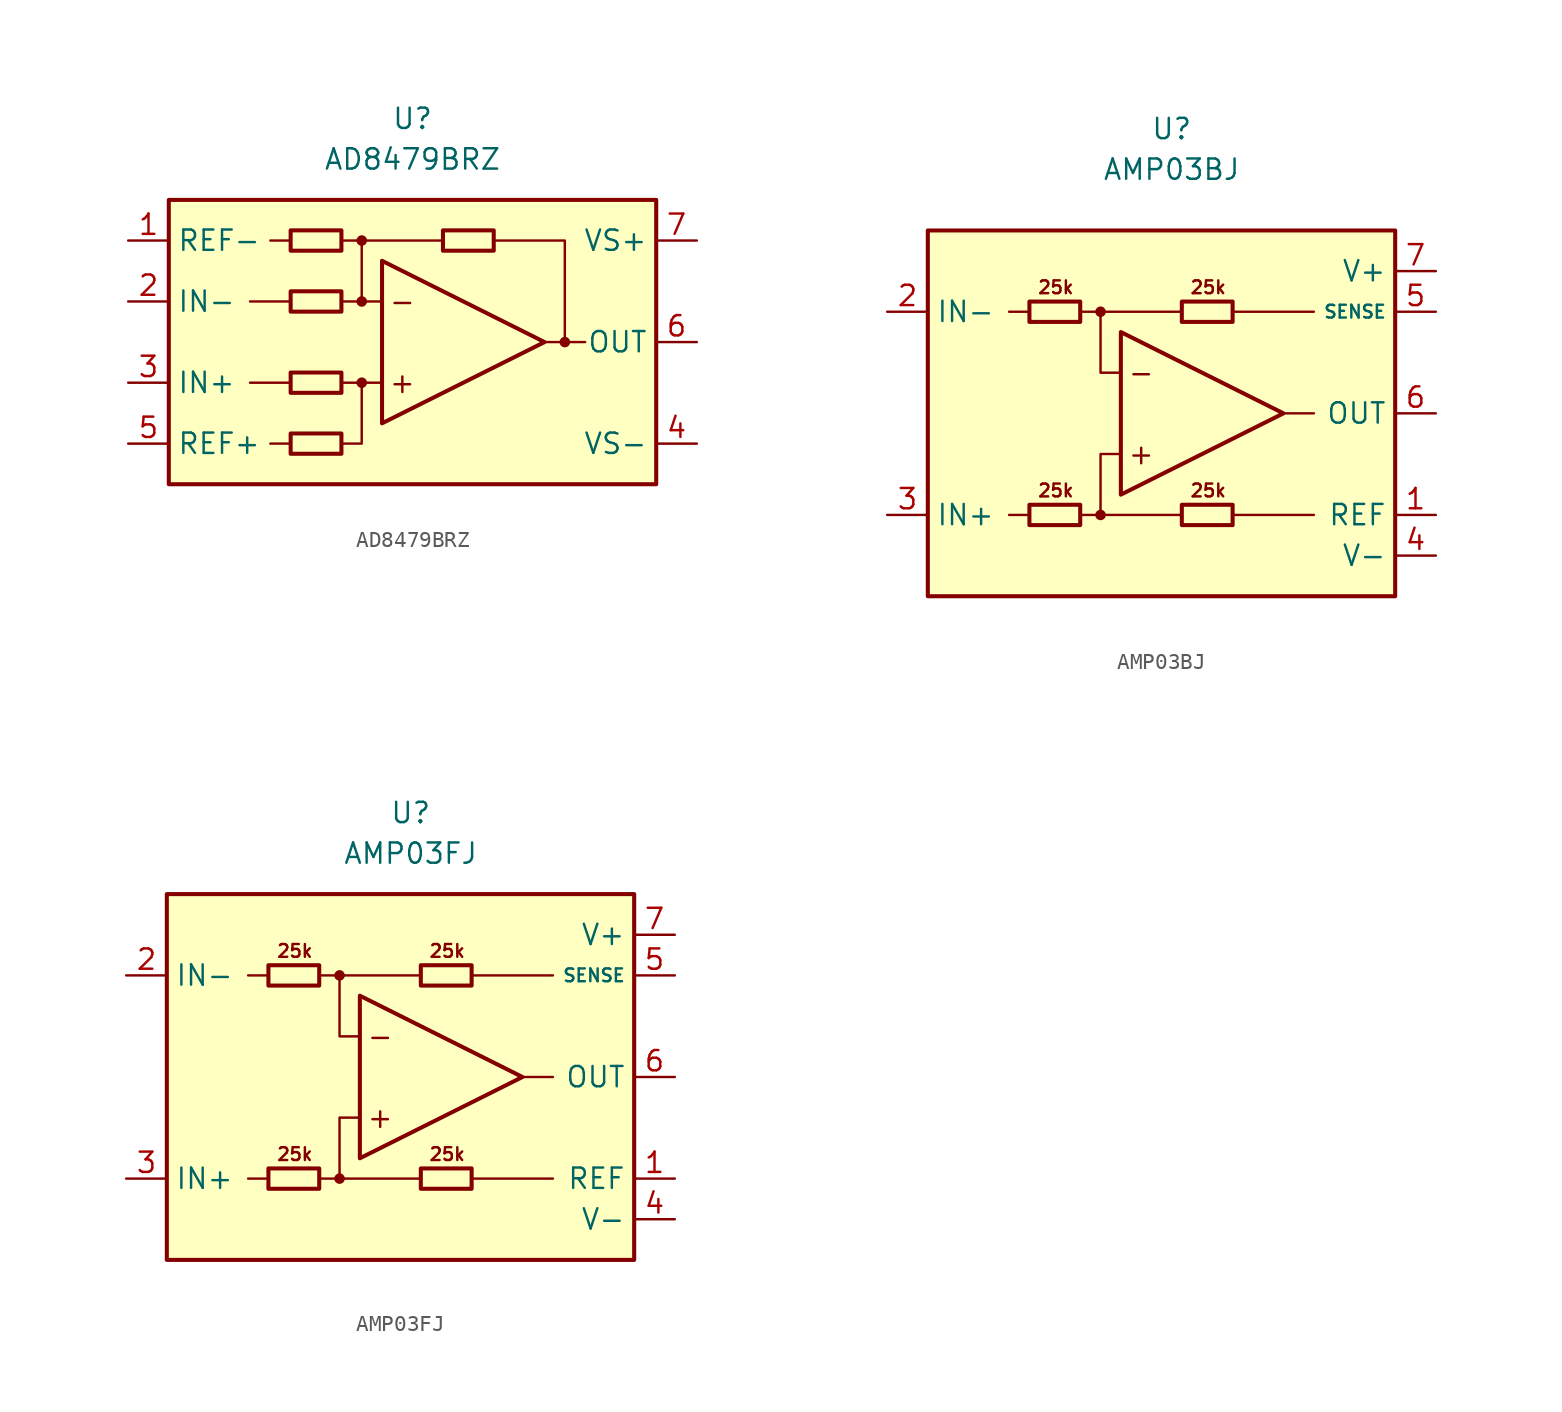
<source format=kicad_sym>
(kicad_symbol_lib
  (version 20211014)
  (generator kicad_symbol_editor)
  (symbol "AD8479BRZ"
    (property "Reference" "U"
      (at 0 13.97 0)
      (effects (font (size 1.27 1.27))))
    (property "Value" "AD8479BRZ"
      (at 0 11.43 0)
      (effects (font (size 1.27 1.27))))
    (symbol "AD8479BRZ_0_0"
      (rectangle (start -15.24 8.89) (end 15.24 -8.89) (stroke (width 0.254) (type default) (color 0 0 0 0)) (fill (type background)))
      (circle (center -3.175 -2.54) (radius 0.254) (stroke (width 0.152) (type default) (color 0 0 0 0)) (fill (type outline)))
      (circle (center -3.175 2.54) (radius 0.254) (stroke (width 0.152) (type default) (color 0 0 0 0)) (fill (type outline)))
      (circle (center -3.175 6.35) (radius 0.254) (stroke (width 0.152) (type default) (color 0 0 0 0)) (fill (type outline)))
      (polyline (pts (xy -7.62 -6.35) (xy -8.89 -6.35)) (stroke (width 0.152) (type default) (color 0 0 0 0)) (fill (type none)))
      (polyline (pts (xy -7.62 -2.54) (xy -10.16 -2.54)) (stroke (width 0.152) (type default) (color 0 0 0 0)) (fill (type none)))
      (polyline (pts (xy -7.62 2.54) (xy -10.16 2.54)) (stroke (width 0.152) (type default) (color 0 0 0 0)) (fill (type none)))
      (polyline (pts (xy -7.62 6.35) (xy -8.89 6.35)) (stroke (width 0.152) (type default) (color 0 0 0 0)) (fill (type none)))
      (polyline (pts (xy -4.445 6.35) (xy 1.905 6.35)) (stroke (width 0.152) (type default) (color 0 0 0 0)) (fill (type none)))
      (polyline (pts (xy -3.175 2.54) (xy -3.175 6.35)) (stroke (width 0.152) (type default) (color 0 0 0 0)) (fill (type none)))
      (polyline (pts (xy -1.905 -2.54) (xy -4.445 -2.54)) (stroke (width 0.152) (type default) (color 0 0 0 0)) (fill (type none)))
      (polyline (pts (xy -1.905 2.54) (xy -4.445 2.54)) (stroke (width 0.152) (type default) (color 0 0 0 0)) (fill (type none)))
      (polyline (pts (xy 9.525 0) (xy 10.795 0)) (stroke (width 0.152) (type default) (color 0 0 0 0)) (fill (type none)))
      (polyline (pts (xy -4.445 -6.35) (xy -3.175 -6.35) (xy -3.175 -2.54)) (stroke (width 0.152) (type default) (color 0 0 0 0)) (fill (type none)))
      (polyline (pts (xy 5.08 6.35) (xy 9.525 6.35) (xy 9.525 0) (xy 8.255 0)) (stroke (width 0.152) (type default) (color 0 0 0 0)) (fill (type none)))
      (circle (center 9.525 0) (radius 0.254) (stroke (width 0.152) (type default) (color 0 0 0 0)) (fill (type outline)))
      (text "+" (at -0.635 -2.54 0) (effects (font (size 1.27 1.27))))
      (text "-" (at -0.635 2.54 0) (effects (font (size 1.27 1.27)))))
    (symbol "AD8479BRZ_0_1"
      (rectangle (start -7.62 -5.715) (end -4.445 -6.985) (stroke (width 0.254) (type default) (color 0 0 0 0)) (fill (type none)))
      (rectangle (start -7.62 -1.905) (end -4.445 -3.175) (stroke (width 0.254) (type default) (color 0 0 0 0)) (fill (type none)))
      (rectangle (start -7.62 3.175) (end -4.445 1.905) (stroke (width 0.254) (type default) (color 0 0 0 0)) (fill (type none)))
      (rectangle (start -7.62 6.985) (end -4.445 5.715) (stroke (width 0.254) (type default) (color 0 0 0 0)) (fill (type none)))
      (polyline (pts (xy -1.905 5.08) (xy -1.905 -5.08) (xy 8.255 0) (xy -1.905 5.08)) (stroke (width 0.254) (type default) (color 0 0 0 0)) (fill (type none)))
      (rectangle (start 1.905 6.985) (end 5.08 5.715) (stroke (width 0.254) (type default) (color 0 0 0 0)) (fill (type none))))
    (symbol "AD8479BRZ_1_1"
      (pin input line (at -17.78 6.35 0) (length 2.54) (name "REF-" (effects (font (size 1.27 1.27)))) (number "1" (effects (font (size 1.27 1.27)))))
      (pin input line (at -17.78 2.54 0) (length 2.54) (name "IN-" (effects (font (size 1.27 1.27)))) (number "2" (effects (font (size 1.27 1.27)))))
      (pin input line (at -17.78 -2.54 0) (length 2.54) (name "IN+" (effects (font (size 1.27 1.27)))) (number "3" (effects (font (size 1.27 1.27)))))
      (pin power_in line (at 17.78 -6.35 180) (length 2.54) (name "VS-" (effects (font (size 1.27 1.27)))) (number "4" (effects (font (size 1.27 1.27)))))
      (pin input line (at -17.78 -6.35 0) (length 2.54) (name "REF+" (effects (font (size 1.27 1.27)))) (number "5" (effects (font (size 1.27 1.27)))))
      (pin output line (at 17.78 0 180) (length 2.54) (name "OUT" (effects (font (size 1.27 1.27)))) (number "6" (effects (font (size 1.27 1.27)))))
      (pin power_in line (at 17.78 6.35 180) (length 2.54) (name "VS+" (effects (font (size 1.27 1.27)))) (number "7" (effects (font (size 1.27 1.27)))))
      (pin no_connect line (at 5.08 -7.62 0) (length 2.54) hide (name "NC" (effects (font (size 1.27 1.27)))) (number "8" (effects (font (size 1.27 1.27)))))))
  (symbol "AMP03BJ"
    (property "Reference" "U"
      (at 0 17.78 0)
      (effects (font (size 1.27 1.27))))
    (property "Value" "AMP03BJ"
      (at 0 15.24 0)
      (effects (font (size 1.27 1.27))))
    (symbol "AMP03BJ_0_0"
      (rectangle (start -15.24 11.43) (end 13.97 -11.43) (stroke (width 0.254) (type default) (color 0 0 0 0)) (fill (type background)))
      (circle (center -4.445 -6.35) (radius 0.254) (stroke (width 0.152) (type default) (color 0 0 0 0)) (fill (type outline)))
      (circle (center -4.445 6.35) (radius 0.254) (stroke (width 0.152) (type default) (color 0 0 0 0)) (fill (type outline)))
      (polyline (pts (xy -8.89 -6.35) (xy -10.16 -6.35)) (stroke (width 0.152) (type default) (color 0 0 0 0)) (fill (type none)))
      (polyline (pts (xy -8.89 6.35) (xy -10.16 6.35)) (stroke (width 0.152) (type default) (color 0 0 0 0)) (fill (type none)))
      (polyline (pts (xy -4.445 6.35) (xy 0.635 6.35)) (stroke (width 0.152) (type default) (color 0 0 0 0)) (fill (type none)))
      (polyline (pts (xy 0.635 -6.35) (xy -4.445 -6.35)) (stroke (width 0.152) (type default) (color 0 0 0 0)) (fill (type none)))
      (polyline (pts (xy 3.81 -6.35) (xy 8.89 -6.35)) (stroke (width 0.152) (type default) (color 0 0 0 0)) (fill (type none)))
      (polyline (pts (xy 3.81 6.35) (xy 8.89 6.35)) (stroke (width 0.152) (type default) (color 0 0 0 0)) (fill (type none)))
      (polyline (pts (xy 8.89 0) (xy 6.985 0)) (stroke (width 0.152) (type default) (color 0 0 0 0)) (fill (type none)))
      (polyline (pts (xy -5.715 -6.35) (xy -4.445 -6.35) (xy -4.445 -2.54) (xy -3.175 -2.54)) (stroke (width 0.152) (type default) (color 0 0 0 0)) (fill (type none)))
      (polyline (pts (xy -3.175 2.54) (xy -4.445 2.54) (xy -4.445 6.35) (xy -5.715 6.35)) (stroke (width 0.152) (type default) (color 0 0 0 0)) (fill (type none)))
      (text "+" (at -1.905 -2.54 0) (effects (font (size 1.27 1.27))))
      (text "-" (at -1.905 2.54 0) (effects (font (size 1.27 1.27))))
      (text "25k" (at -7.239 -4.826 0) (effects (font (size 0.8 0.8))))
      (text "25k" (at -7.239 7.874 0) (effects (font (size 0.8 0.8))))
      (text "25k" (at 2.286 -4.826 0) (effects (font (size 0.8 0.8))))
      (text "25k" (at 2.286 7.874 0) (effects (font (size 0.8 0.8)))))
    (symbol "AMP03BJ_0_1"
      (rectangle (start -8.89 -5.715) (end -5.715 -6.985) (stroke (width 0.254) (type default) (color 0 0 0 0)) (fill (type none)))
      (rectangle (start -8.89 6.985) (end -5.715 5.715) (stroke (width 0.254) (type default) (color 0 0 0 0)) (fill (type none)))
      (polyline (pts (xy -3.175 5.08) (xy -3.175 -5.08) (xy 6.985 0) (xy -3.175 5.08)) (stroke (width 0.254) (type default) (color 0 0 0 0)) (fill (type none)))
      (rectangle (start 0.635 -5.715) (end 3.81 -6.985) (stroke (width 0.254) (type default) (color 0 0 0 0)) (fill (type none)))
      (rectangle (start 0.635 6.985) (end 3.81 5.715) (stroke (width 0.254) (type default) (color 0 0 0 0)) (fill (type none))))
    (symbol "AMP03BJ_1_1"
      (pin input line (at 16.51 -6.35 180) (length 2.54) (name "REF" (effects (font (size 1.27 1.27)))) (number "1" (effects (font (size 1.27 1.27)))))
      (pin input line (at -17.78 6.35 0) (length 2.54) (name "IN-" (effects (font (size 1.27 1.27)))) (number "2" (effects (font (size 1.27 1.27)))))
      (pin input line (at -17.78 -6.35 0) (length 2.54) (name "IN+" (effects (font (size 1.27 1.27)))) (number "3" (effects (font (size 1.27 1.27)))))
      (pin power_in line (at 16.51 -8.89 180) (length 2.54) (name "V-" (effects (font (size 1.27 1.27)))) (number "4" (effects (font (size 1.27 1.27)))))
      (pin input line (at 16.51 6.35 180) (length 2.54) (name "SENSE" (effects (font (size 0.8 0.8)))) (number "5" (effects (font (size 1.27 1.27)))))
      (pin output line (at 16.51 0 180) (length 2.54) (name "OUT" (effects (font (size 1.27 1.27)))) (number "6" (effects (font (size 1.27 1.27)))))
      (pin power_in line (at 16.51 8.89 180) (length 2.54) (name "V+" (effects (font (size 1.27 1.27)))) (number "7" (effects (font (size 1.27 1.27)))))
      (pin no_connect line (at -8.89 0 0) (length 2.54) hide (name "NC" (effects (font (size 1.27 1.27)))) (number "8" (effects (font (size 1.27 1.27)))))))
  (symbol "AMP03FJ"
    (property "Reference" "U"
      (at 0 16.51 0)
      (effects (font (size 1.27 1.27))))
    (property "Value" "AMP03FJ"
      (at 0 13.97 0)
      (effects (font (size 1.27 1.27))))
    (symbol "AMP03FJ_0_0"
      (rectangle (start -15.24 11.43) (end 13.97 -11.43) (stroke (width 0.254) (type default) (color 0 0 0 0)) (fill (type background)))
      (circle (center -4.445 -6.35) (radius 0.254) (stroke (width 0.152) (type default) (color 0 0 0 0)) (fill (type outline)))
      (circle (center -4.445 6.35) (radius 0.254) (stroke (width 0.152) (type default) (color 0 0 0 0)) (fill (type outline)))
      (polyline (pts (xy -8.89 -6.35) (xy -10.16 -6.35)) (stroke (width 0.152) (type default) (color 0 0 0 0)) (fill (type none)))
      (polyline (pts (xy -8.89 6.35) (xy -10.16 6.35)) (stroke (width 0.152) (type default) (color 0 0 0 0)) (fill (type none)))
      (polyline (pts (xy -4.445 6.35) (xy 0.635 6.35)) (stroke (width 0.152) (type default) (color 0 0 0 0)) (fill (type none)))
      (polyline (pts (xy 0.635 -6.35) (xy -4.445 -6.35)) (stroke (width 0.152) (type default) (color 0 0 0 0)) (fill (type none)))
      (polyline (pts (xy 3.81 -6.35) (xy 8.89 -6.35)) (stroke (width 0.152) (type default) (color 0 0 0 0)) (fill (type none)))
      (polyline (pts (xy 3.81 6.35) (xy 8.89 6.35)) (stroke (width 0.152) (type default) (color 0 0 0 0)) (fill (type none)))
      (polyline (pts (xy 8.89 0) (xy 6.985 0)) (stroke (width 0.152) (type default) (color 0 0 0 0)) (fill (type none)))
      (polyline (pts (xy -5.715 -6.35) (xy -4.445 -6.35) (xy -4.445 -2.54) (xy -3.175 -2.54)) (stroke (width 0.152) (type default) (color 0 0 0 0)) (fill (type none)))
      (polyline (pts (xy -3.175 2.54) (xy -4.445 2.54) (xy -4.445 6.35) (xy -5.715 6.35)) (stroke (width 0.152) (type default) (color 0 0 0 0)) (fill (type none)))
      (text "+" (at -1.905 -2.54 0) (effects (font (size 1.27 1.27))))
      (text "-" (at -1.905 2.54 0) (effects (font (size 1.27 1.27))))
      (text "25k" (at -7.239 -4.826 0) (effects (font (size 0.8 0.8))))
      (text "25k" (at -7.239 7.874 0) (effects (font (size 0.8 0.8))))
      (text "25k" (at 2.286 -4.826 0) (effects (font (size 0.8 0.8))))
      (text "25k" (at 2.286 7.874 0) (effects (font (size 0.8 0.8)))))
    (symbol "AMP03FJ_0_1"
      (rectangle (start -8.89 -5.715) (end -5.715 -6.985) (stroke (width 0.254) (type default) (color 0 0 0 0)) (fill (type none)))
      (rectangle (start -8.89 6.985) (end -5.715 5.715) (stroke (width 0.254) (type default) (color 0 0 0 0)) (fill (type none)))
      (polyline (pts (xy -3.175 5.08) (xy -3.175 -5.08) (xy 6.985 0) (xy -3.175 5.08)) (stroke (width 0.254) (type default) (color 0 0 0 0)) (fill (type none)))
      (rectangle (start 0.635 -5.715) (end 3.81 -6.985) (stroke (width 0.254) (type default) (color 0 0 0 0)) (fill (type none)))
      (rectangle (start 0.635 6.985) (end 3.81 5.715) (stroke (width 0.254) (type default) (color 0 0 0 0)) (fill (type none))))
    (symbol "AMP03FJ_1_1"
      (pin input line (at 16.51 -6.35 180) (length 2.54) (name "REF" (effects (font (size 1.27 1.27)))) (number "1" (effects (font (size 1.27 1.27)))))
      (pin input line (at -17.78 6.35 0) (length 2.54) (name "IN-" (effects (font (size 1.27 1.27)))) (number "2" (effects (font (size 1.27 1.27)))))
      (pin input line (at -17.78 -6.35 0) (length 2.54) (name "IN+" (effects (font (size 1.27 1.27)))) (number "3" (effects (font (size 1.27 1.27)))))
      (pin power_in line (at 16.51 -8.89 180) (length 2.54) (name "V-" (effects (font (size 1.27 1.27)))) (number "4" (effects (font (size 1.27 1.27)))))
      (pin input line (at 16.51 6.35 180) (length 2.54) (name "SENSE" (effects (font (size 0.8 0.8)))) (number "5" (effects (font (size 1.27 1.27)))))
      (pin output line (at 16.51 0 180) (length 2.54) (name "OUT" (effects (font (size 1.27 1.27)))) (number "6" (effects (font (size 1.27 1.27)))))
      (pin power_in line (at 16.51 8.89 180) (length 2.54) (name "V+" (effects (font (size 1.27 1.27)))) (number "7" (effects (font (size 1.27 1.27)))))
      (pin no_connect line (at -8.89 0 0) (length 2.54) hide (name "NC" (effects (font (size 1.27 1.27)))) (number "8" (effects (font (size 1.27 1.27))))))))
</source>
